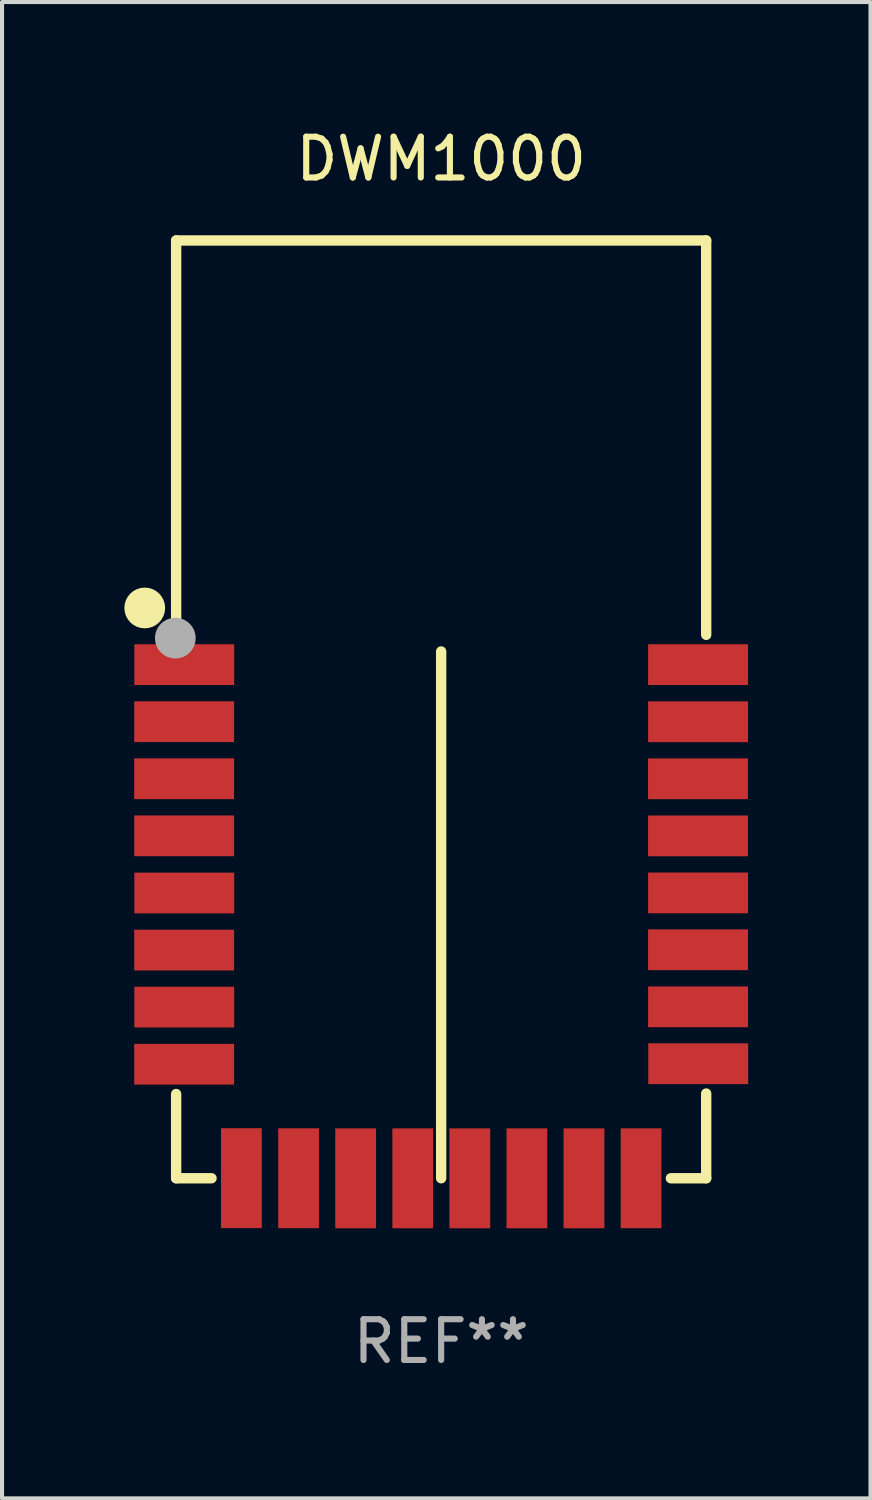
<source format=kicad_pcb>
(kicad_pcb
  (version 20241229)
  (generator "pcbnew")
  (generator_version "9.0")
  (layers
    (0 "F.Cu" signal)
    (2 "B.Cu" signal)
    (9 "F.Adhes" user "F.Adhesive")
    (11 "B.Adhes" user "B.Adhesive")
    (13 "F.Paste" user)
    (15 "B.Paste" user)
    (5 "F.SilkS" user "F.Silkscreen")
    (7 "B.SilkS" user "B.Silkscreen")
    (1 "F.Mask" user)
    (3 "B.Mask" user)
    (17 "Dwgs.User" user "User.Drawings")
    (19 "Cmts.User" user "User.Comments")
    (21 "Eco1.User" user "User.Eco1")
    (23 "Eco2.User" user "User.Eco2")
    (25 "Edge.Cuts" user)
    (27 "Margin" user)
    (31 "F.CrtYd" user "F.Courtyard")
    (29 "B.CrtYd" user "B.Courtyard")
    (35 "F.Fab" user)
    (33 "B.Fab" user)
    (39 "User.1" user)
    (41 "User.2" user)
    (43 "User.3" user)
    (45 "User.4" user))
  (footprint "DWM1000"
    (layer "F.Cu")
    (at 7.77 14.349)
    (property "Reference" "DWM1000" (at 0 -13.501 0) (layer "F.SilkS") (effects (font (size 1 1) (thickness 0.15))))
    (attr through_hole)
    (fp_line (start -6.5 -11.501) (end -6.5 -1.829) (stroke (width 0.254) (type solid)) (layer "F.SilkS"))
    (fp_line (start -6.5 -11.501) (end 6.5 -11.501) (stroke (width 0.254) (type solid)) (layer "F.SilkS"))
    (fp_line (start -6.5 9.433) (end -6.5 11.499) (stroke (width 0.254) (type solid)) (layer "F.SilkS"))
    (fp_line (start -6.5 11.499) (end -5.632 11.499) (stroke (width 0.254) (type solid)) (layer "F.SilkS"))
    (fp_line (start -0.000127 11.499) (end -0.000127 -1.421) (stroke (width 0.254) (type solid)) (layer "F.SilkS"))
    (fp_line (start 5.634 11.499) (end 6.5 11.499) (stroke (width 0.254) (type solid)) (layer "F.SilkS"))
    (fp_line (start 6.5 -11.501) (end 6.5 -1.829) (stroke (width 0.254) (type solid)) (layer "F.SilkS"))
    (fp_line (start 6.5 9.421) (end 6.5 11.499) (stroke (width 0.254) (type solid)) (layer "F.SilkS"))
    (fp_circle (center -7.27 -2.488) (end -7.02 -2.488) (stroke (width 0.5) (type solid)) (fill no) (layer "F.SilkS"))
    (fp_circle (center -6.5 -11.501) (end -6.47 -11.501) (stroke (width 0.06) (type solid)) (fill no) (layer "F.SilkS"))
    (fp_circle (center -6.52 -1.748) (end -6.27 -1.748) (stroke (width 0.5) (type solid)) (fill no) (layer "F.Fab"))
    (fp_text user "REF**" (at 0 15.501 0) (layer "F.Fab") (effects (font (size 1 1) (thickness 0.15))))
    (pad "1" smd rect (at -6.301 -1.098) (size 2.45 1) (layers "F.Cu" "F.Mask" "F.Paste"))
    (pad "2" smd rect (at -6.303 0.301) (size 2.45 1) (layers "F.Cu" "F.Mask" "F.Paste"))
    (pad "3" smd rect (at -6.304 1.701) (size 2.45 1) (layers "F.Cu" "F.Mask" "F.Paste"))
    (pad "4" smd rect (at -6.303 3.101) (size 2.45 1) (layers "F.Cu" "F.Mask" "F.Paste"))
    (pad "5" smd rect (at -6.3 4.503) (size 2.45 1) (layers "F.Cu" "F.Mask" "F.Paste"))
    (pad "6" smd rect (at -6.303 5.903) (size 2.45 1) (layers "F.Cu" "F.Mask" "F.Paste"))
    (pad "7" smd rect (at -6.301 7.301) (size 2.45 1) (layers "F.Cu" "F.Mask" "F.Paste"))
    (pad "8" smd rect (at -6.303 8.702) (size 2.45 1) (layers "F.Cu" "F.Mask" "F.Paste"))
    (pad "9" smd rect (at -4.9 11.497 90) (size 2.45 1) (layers "F.Cu" "F.Mask" "F.Paste"))
    (pad "10" smd rect (at -3.497 11.499 90) (size 2.45 1) (layers "F.Cu" "F.Mask" "F.Paste"))
    (pad "11" smd rect (at -2.097 11.501 90) (size 2.45 1) (layers "F.Cu" "F.Mask" "F.Paste"))
    (pad "12" smd rect (at -0.697 11.501 90) (size 2.45 1) (layers "F.Cu" "F.Mask" "F.Paste"))
    (pad "13" smd rect (at 0.703 11.501 90) (size 2.45 1) (layers "F.Cu" "F.Mask" "F.Paste"))
    (pad "14" smd rect (at 2.103 11.501 90) (size 2.45 1) (layers "F.Cu" "F.Mask" "F.Paste"))
    (pad "15" smd rect (at 3.503 11.501 90) (size 2.45 1) (layers "F.Cu" "F.Mask" "F.Paste"))
    (pad "16" smd rect (at 4.903 11.5 90) (size 2.45 1) (layers "F.Cu" "F.Mask" "F.Paste"))
    (pad "17" smd rect (at 6.305 8.69 180) (size 2.45 1) (layers "F.Cu" "F.Mask" "F.Paste"))
    (pad "18" smd rect (at 6.301 7.295 180) (size 2.45 1) (layers "F.Cu" "F.Mask" "F.Paste"))
    (pad "19" smd rect (at 6.3 5.895 180) (size 2.45 1) (layers "F.Cu" "F.Mask" "F.Paste"))
    (pad "20" smd rect (at 6.301 4.501) (size 2.45 1) (layers "F.Cu" "F.Mask" "F.Paste"))
    (pad "21" smd rect (at 6.3 3.102) (size 2.45 1) (layers "F.Cu" "F.Mask" "F.Paste"))
    (pad "22" smd rect (at 6.299 1.702) (size 2.45 1) (layers "F.Cu" "F.Mask" "F.Paste"))
    (pad "23" smd rect (at 6.301 0.303) (size 2.45 1) (layers "F.Cu" "F.Mask" "F.Paste"))
    (pad "24" smd rect (at 6.301 -1.098) (size 2.45 1) (layers "F.Cu" "F.Mask" "F.Paste")))
  (gr_rect
    (start -3 -3)
    (end 18.3 33.699)
    (stroke (width 0.1) (type default))
    (fill no)
    (layer "Edge.Cuts")))
</source>
